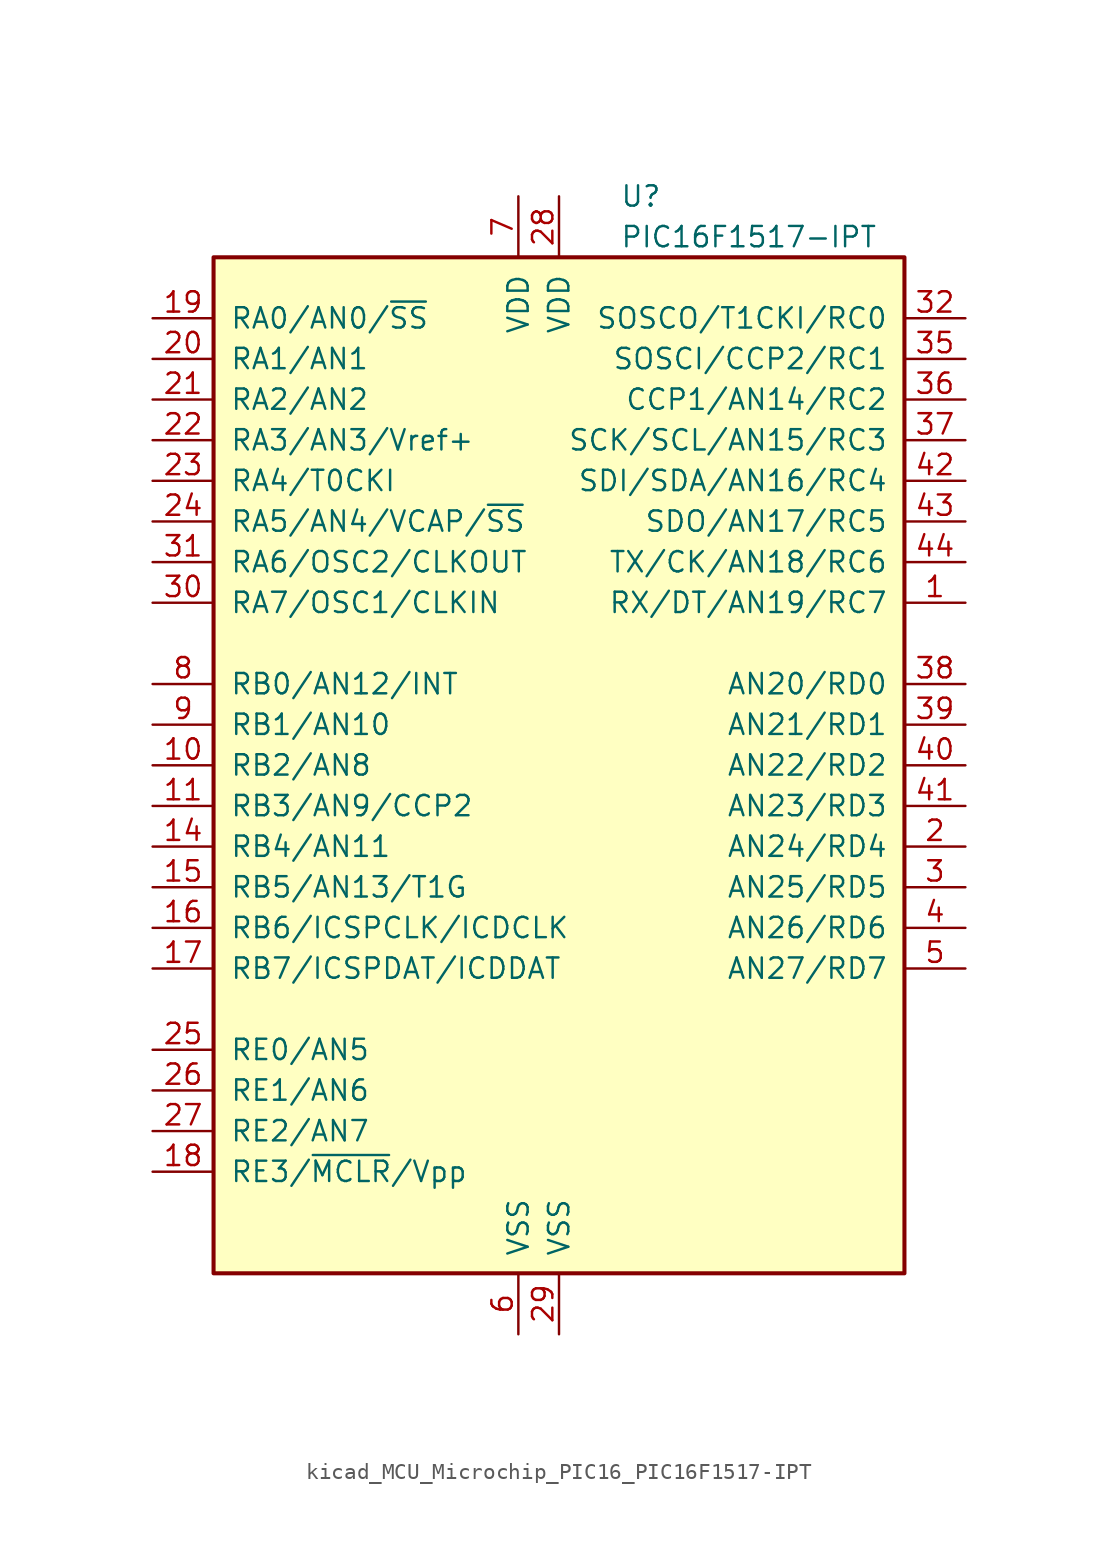
<source format=kicad_sym>
(kicad_symbol_lib
  (version 20220914)
  (generator kicad_symbol_editor)
  (symbol "kicad_MCU_Microchip_PIC16_PIC16F1517-IPT"
    (pin_names
      (offset 1.016))
    (property "Reference" "U"
      (at 3.81 35.56 0)
      (effects (font (size 1.27 1.27)) (justify left)))
    (property "Value" "PIC16F1517-IPT"
      (at 3.81 33.02 0)
      (effects (font (size 1.27 1.27)) (justify left)))
    (symbol "kicad_MCU_Microchip_PIC16_PIC16F1517-IPT_0_1"
      (rectangle (start -21.59 31.75) (end 21.59 -31.75) (stroke (width 0.254) (type default)) (fill (type background))))
    (symbol "kicad_MCU_Microchip_PIC16_PIC16F1517-IPT_1_1"
      (pin bidirectional line (at 25.4 10.16 180) (length 3.81) (name "RX/DT/AN19/RC7" (effects (font (size 1.27 1.27)))) (number "1" (effects (font (size 1.27 1.27)))))
      (pin bidirectional line (at -25.4 0 0) (length 3.81) (name "RB2/AN8" (effects (font (size 1.27 1.27)))) (number "10" (effects (font (size 1.27 1.27)))))
      (pin bidirectional line (at -25.4 -2.54 0) (length 3.81) (name "RB3/AN9/CCP2" (effects (font (size 1.27 1.27)))) (number "11" (effects (font (size 1.27 1.27)))))
      (pin bidirectional line (at -25.4 -5.08 0) (length 3.81) (name "RB4/AN11" (effects (font (size 1.27 1.27)))) (number "14" (effects (font (size 1.27 1.27)))))
      (pin bidirectional line (at -25.4 -7.62 0) (length 3.81) (name "RB5/AN13/T1G" (effects (font (size 1.27 1.27)))) (number "15" (effects (font (size 1.27 1.27)))))
      (pin bidirectional line (at -25.4 -10.16 0) (length 3.81) (name "RB6/ICSPCLK/ICDCLK" (effects (font (size 1.27 1.27)))) (number "16" (effects (font (size 1.27 1.27)))))
      (pin bidirectional line (at -25.4 -12.7 0) (length 3.81) (name "RB7/ICSPDAT/ICDDAT" (effects (font (size 1.27 1.27)))) (number "17" (effects (font (size 1.27 1.27)))))
      (pin input line (at -25.4 -25.4 0) (length 3.81) (name "RE3/~{MCLR}/Vpp" (effects (font (size 1.27 1.27)))) (number "18" (effects (font (size 1.27 1.27)))))
      (pin bidirectional line (at -25.4 27.94 0) (length 3.81) (name "RA0/AN0/~{SS}" (effects (font (size 1.27 1.27)))) (number "19" (effects (font (size 1.27 1.27)))))
      (pin bidirectional line (at 25.4 -5.08 180) (length 3.81) (name "AN24/RD4" (effects (font (size 1.27 1.27)))) (number "2" (effects (font (size 1.27 1.27)))))
      (pin bidirectional line (at -25.4 25.4 0) (length 3.81) (name "RA1/AN1" (effects (font (size 1.27 1.27)))) (number "20" (effects (font (size 1.27 1.27)))))
      (pin bidirectional line (at -25.4 22.86 0) (length 3.81) (name "RA2/AN2" (effects (font (size 1.27 1.27)))) (number "21" (effects (font (size 1.27 1.27)))))
      (pin bidirectional line (at -25.4 20.32 0) (length 3.81) (name "RA3/AN3/Vref+" (effects (font (size 1.27 1.27)))) (number "22" (effects (font (size 1.27 1.27)))))
      (pin bidirectional line (at -25.4 17.78 0) (length 3.81) (name "RA4/T0CKI" (effects (font (size 1.27 1.27)))) (number "23" (effects (font (size 1.27 1.27)))))
      (pin bidirectional line (at -25.4 15.24 0) (length 3.81) (name "RA5/AN4/VCAP/~{SS}" (effects (font (size 1.27 1.27)))) (number "24" (effects (font (size 1.27 1.27)))))
      (pin bidirectional line (at -25.4 -17.78 0) (length 3.81) (name "RE0/AN5" (effects (font (size 1.27 1.27)))) (number "25" (effects (font (size 1.27 1.27)))))
      (pin bidirectional line (at -25.4 -20.32 0) (length 3.81) (name "RE1/AN6" (effects (font (size 1.27 1.27)))) (number "26" (effects (font (size 1.27 1.27)))))
      (pin bidirectional line (at -25.4 -22.86 0) (length 3.81) (name "RE2/AN7" (effects (font (size 1.27 1.27)))) (number "27" (effects (font (size 1.27 1.27)))))
      (pin power_in line (at 0 35.56 270) (length 3.81) (name "VDD" (effects (font (size 1.27 1.27)))) (number "28" (effects (font (size 1.27 1.27)))))
      (pin power_in line (at 0 -35.56 90) (length 3.81) (name "VSS" (effects (font (size 1.27 1.27)))) (number "29" (effects (font (size 1.27 1.27)))))
      (pin bidirectional line (at 25.4 -7.62 180) (length 3.81) (name "AN25/RD5" (effects (font (size 1.27 1.27)))) (number "3" (effects (font (size 1.27 1.27)))))
      (pin bidirectional line (at -25.4 10.16 0) (length 3.81) (name "RA7/OSC1/CLKIN" (effects (font (size 1.27 1.27)))) (number "30" (effects (font (size 1.27 1.27)))))
      (pin bidirectional line (at -25.4 12.7 0) (length 3.81) (name "RA6/OSC2/CLKOUT" (effects (font (size 1.27 1.27)))) (number "31" (effects (font (size 1.27 1.27)))))
      (pin bidirectional line (at 25.4 27.94 180) (length 3.81) (name "SOSCO/T1CKI/RC0" (effects (font (size 1.27 1.27)))) (number "32" (effects (font (size 1.27 1.27)))))
      (pin bidirectional line (at 25.4 25.4 180) (length 3.81) (name "SOSCI/CCP2/RC1" (effects (font (size 1.27 1.27)))) (number "35" (effects (font (size 1.27 1.27)))))
      (pin bidirectional line (at 25.4 22.86 180) (length 3.81) (name "CCP1/AN14/RC2" (effects (font (size 1.27 1.27)))) (number "36" (effects (font (size 1.27 1.27)))))
      (pin bidirectional line (at 25.4 20.32 180) (length 3.81) (name "SCK/SCL/AN15/RC3" (effects (font (size 1.27 1.27)))) (number "37" (effects (font (size 1.27 1.27)))))
      (pin bidirectional line (at 25.4 5.08 180) (length 3.81) (name "AN20/RD0" (effects (font (size 1.27 1.27)))) (number "38" (effects (font (size 1.27 1.27)))))
      (pin bidirectional line (at 25.4 2.54 180) (length 3.81) (name "AN21/RD1" (effects (font (size 1.27 1.27)))) (number "39" (effects (font (size 1.27 1.27)))))
      (pin bidirectional line (at 25.4 -10.16 180) (length 3.81) (name "AN26/RD6" (effects (font (size 1.27 1.27)))) (number "4" (effects (font (size 1.27 1.27)))))
      (pin bidirectional line (at 25.4 0 180) (length 3.81) (name "AN22/RD2" (effects (font (size 1.27 1.27)))) (number "40" (effects (font (size 1.27 1.27)))))
      (pin bidirectional line (at 25.4 -2.54 180) (length 3.81) (name "AN23/RD3" (effects (font (size 1.27 1.27)))) (number "41" (effects (font (size 1.27 1.27)))))
      (pin bidirectional line (at 25.4 17.78 180) (length 3.81) (name "SDI/SDA/AN16/RC4" (effects (font (size 1.27 1.27)))) (number "42" (effects (font (size 1.27 1.27)))))
      (pin bidirectional line (at 25.4 15.24 180) (length 3.81) (name "SDO/AN17/RC5" (effects (font (size 1.27 1.27)))) (number "43" (effects (font (size 1.27 1.27)))))
      (pin bidirectional line (at 25.4 12.7 180) (length 3.81) (name "TX/CK/AN18/RC6" (effects (font (size 1.27 1.27)))) (number "44" (effects (font (size 1.27 1.27)))))
      (pin bidirectional line (at 25.4 -12.7 180) (length 3.81) (name "AN27/RD7" (effects (font (size 1.27 1.27)))) (number "5" (effects (font (size 1.27 1.27)))))
      (pin power_in line (at -2.54 -35.56 90) (length 3.81) (name "VSS" (effects (font (size 1.27 1.27)))) (number "6" (effects (font (size 1.27 1.27)))))
      (pin power_in line (at -2.54 35.56 270) (length 3.81) (name "VDD" (effects (font (size 1.27 1.27)))) (number "7" (effects (font (size 1.27 1.27)))))
      (pin bidirectional line (at -25.4 5.08 0) (length 3.81) (name "RB0/AN12/INT" (effects (font (size 1.27 1.27)))) (number "8" (effects (font (size 1.27 1.27)))))
      (pin bidirectional line (at -25.4 2.54 0) (length 3.81) (name "RB1/AN10" (effects (font (size 1.27 1.27)))) (number "9" (effects (font (size 1.27 1.27))))))))
</source>
